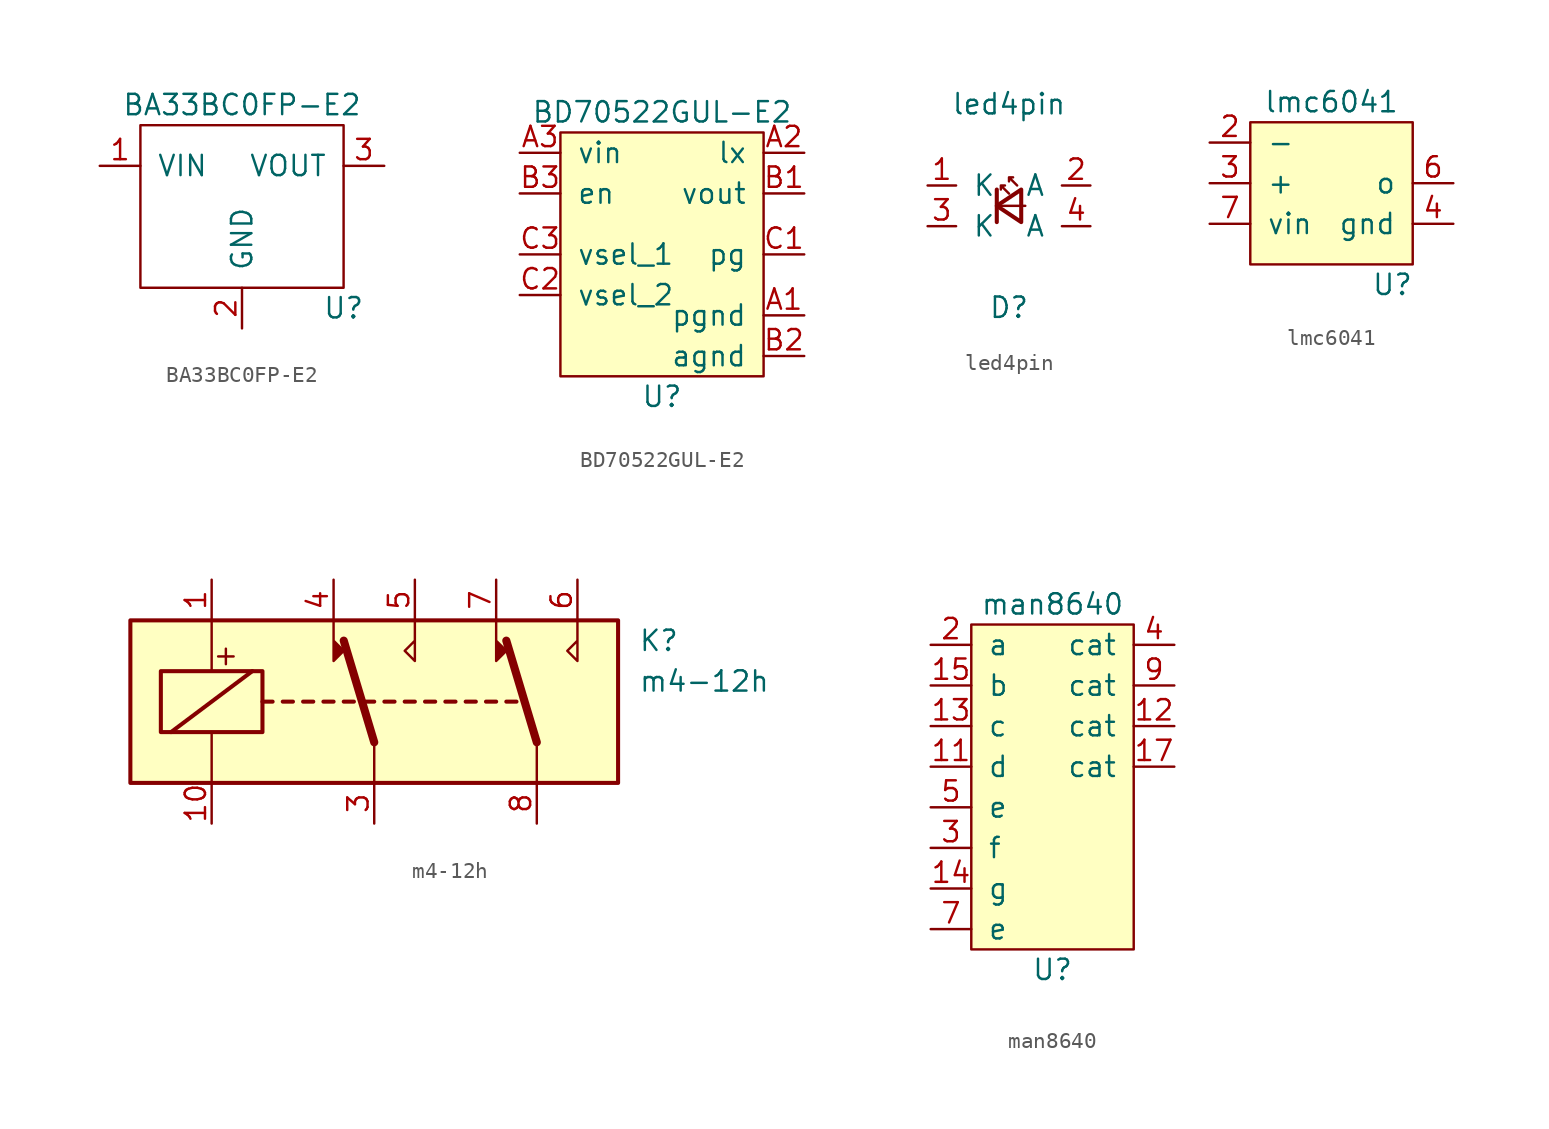
<source format=kicad_sym>
(kicad_symbol_lib
  (version 20211014)
  (generator kicad_symbol_editor)
  (symbol "BA33BC0FP-E2"
    (pin_names
      (offset 1.016))
    (property "Reference" "U"
      (at 6.35 -6.35 0)
      (effects (font (size 1.27 1.27))))
    (property "Value" "BA33BC0FP-E2"
      (at 0 6.35 0)
      (effects (font (size 1.27 1.27))))
    (symbol "BA33BC0FP-E2_0_1"
      (rectangle (start -6.35 5.08) (end 6.35 -5.08) (stroke (width 0) (type default) (color 0 0 0 0)) (fill (type none))))
    (symbol "BA33BC0FP-E2_1_1"
      (pin input line (at -8.89 2.54 0) (length 2.54) (name "VIN" (effects (font (size 1.27 1.27)))) (number "1" (effects (font (size 1.27 1.27)))))
      (pin input line (at 0 -7.62 90) (length 2.54) (name "GND" (effects (font (size 1.27 1.27)))) (number "2" (effects (font (size 1.27 1.27)))))
      (pin input line (at 8.89 2.54 180) (length 2.54) (name "VOUT" (effects (font (size 1.27 1.27)))) (number "3" (effects (font (size 1.27 1.27)))))))
  (symbol "BD70522GUL-E2"
    (pin_names
      (offset 1.016))
    (property "Reference" "U"
      (at 0 -8.89 0)
      (effects (font (size 1.27 1.27))))
    (property "Value" "BD70522GUL-E2"
      (at 0 8.89 0)
      (effects (font (size 1.27 1.27))))
    (symbol "BD70522GUL-E2_0_1"
      (rectangle (start -6.35 7.62) (end 6.35 -7.62) (stroke (width 0) (type default) (color 0 0 0 0)) (fill (type background))))
    (symbol "BD70522GUL-E2_1_1"
      (pin power_in line (at 8.89 -3.81 180) (length 2.54) (name "pgnd" (effects (font (size 1.27 1.27)))) (number "A1" (effects (font (size 1.27 1.27)))))
      (pin output line (at 8.89 6.35 180) (length 2.54) (name "lx" (effects (font (size 1.27 1.27)))) (number "A2" (effects (font (size 1.27 1.27)))))
      (pin power_in line (at -8.89 6.35 0) (length 2.54) (name "vin" (effects (font (size 1.27 1.27)))) (number "A3" (effects (font (size 1.27 1.27)))))
      (pin power_out line (at 8.89 3.81 180) (length 2.54) (name "vout" (effects (font (size 1.27 1.27)))) (number "B1" (effects (font (size 1.27 1.27)))))
      (pin power_in line (at 8.89 -6.35 180) (length 2.54) (name "agnd" (effects (font (size 1.27 1.27)))) (number "B2" (effects (font (size 1.27 1.27)))))
      (pin input line (at -8.89 3.81 0) (length 2.54) (name "en" (effects (font (size 1.27 1.27)))) (number "B3" (effects (font (size 1.27 1.27)))))
      (pin open_collector line (at 8.89 0 180) (length 2.54) (name "pg" (effects (font (size 1.27 1.27)))) (number "C1" (effects (font (size 1.27 1.27)))))
      (pin input line (at -8.89 -2.54 0) (length 2.54) (name "vsel_2" (effects (font (size 1.27 1.27)))) (number "C2" (effects (font (size 1.27 1.27)))))
      (pin input line (at -8.89 0 0) (length 2.54) (name "vsel_1" (effects (font (size 1.27 1.27)))) (number "C3" (effects (font (size 1.27 1.27)))))))
  (symbol "led4pin"
    (pin_names
      (offset 1.016))
    (property "Reference" "D"
      (at 0 -6.35 0)
      (effects (font (size 1.27 1.27))))
    (property "Value" "led4pin"
      (at 0 6.35 0)
      (effects (font (size 1.27 1.27))))
    (symbol "led4pin_1_1"
      (polyline (pts (xy -0.762 -1.016) (xy -0.762 1.016)) (stroke (width 0.254) (type default) (color 0 0 0 0)) (fill (type none)))
      (polyline (pts (xy 1.016 0) (xy -0.762 0)) (stroke (width 0) (type default) (color 0 0 0 0)) (fill (type none)))
      (polyline (pts (xy 0.762 -1.016) (xy -0.762 0) (xy 0.762 1.016) (xy 0.762 -1.016)) (stroke (width 0.254) (type default) (color 0 0 0 0)) (fill (type none)))
      (polyline (pts (xy 0 0.762) (xy -0.508 1.27) (xy -0.254 1.27) (xy -0.508 1.27) (xy -0.508 1.016)) (stroke (width 0) (type default) (color 0 0 0 0)) (fill (type none)))
      (polyline (pts (xy 0.508 1.27) (xy 0 1.778) (xy 0.254 1.778) (xy 0 1.778) (xy 0 1.524)) (stroke (width 0) (type default) (color 0 0 0 0)) (fill (type none)))
      (pin passive line (at -5.08 1.27 0) (length 1.778) (name "K" (effects (font (size 1.27 1.27)))) (number "1" (effects (font (size 1.27 1.27)))))
      (pin passive line (at 5.08 1.27 180) (length 1.778) (name "A" (effects (font (size 1.27 1.27)))) (number "2" (effects (font (size 1.27 1.27)))))
      (pin passive line (at -5.08 -1.27 0) (length 1.778) (name "K" (effects (font (size 1.27 1.27)))) (number "3" (effects (font (size 1.27 1.27)))))
      (pin passive line (at 5.08 -1.27 180) (length 1.778) (name "A" (effects (font (size 1.27 1.27)))) (number "4" (effects (font (size 1.27 1.27)))))))
  (symbol "lmc6041"
    (pin_names
      (offset 1.016))
    (property "Reference" "U"
      (at 3.81 -6.35 0)
      (effects (font (size 1.27 1.27))))
    (property "Value" "lmc6041"
      (at 0 5.08 0)
      (effects (font (size 1.27 1.27))))
    (symbol "lmc6041_0_1"
      (rectangle (start -5.08 3.81) (end 5.08 -5.08) (stroke (width 0) (type default) (color 0 0 0 0)) (fill (type background))))
    (symbol "lmc6041_1_1"
      (pin input line (at -7.62 2.54 0) (length 2.54) (name "-" (effects (font (size 1.27 1.27)))) (number "2" (effects (font (size 1.27 1.27)))))
      (pin input line (at -7.62 0 0) (length 2.54) (name "+" (effects (font (size 1.27 1.27)))) (number "3" (effects (font (size 1.27 1.27)))))
      (pin input line (at 7.62 -2.54 180) (length 2.54) (name "gnd" (effects (font (size 1.27 1.27)))) (number "4" (effects (font (size 1.27 1.27)))))
      (pin input line (at 7.62 0 180) (length 2.54) (name "o" (effects (font (size 1.27 1.27)))) (number "6" (effects (font (size 1.27 1.27)))))
      (pin input line (at -7.62 -2.54 0) (length 2.54) (name "vin" (effects (font (size 1.27 1.27)))) (number "7" (effects (font (size 1.27 1.27)))))))
  (symbol "m4-12h"
    (property "Reference" "K"
      (at 16.51 3.81 0)
      (effects (font (size 1.27 1.27)) (justify left)))
    (property "Value" "m4-12h"
      (at 16.51 1.27 0)
      (effects (font (size 1.27 1.27)) (justify left)))
    (symbol "m4-12h_0_0"
      (text "+" (at -9.271 2.921 0) (effects (font (size 1.27 1.27)))))
    (symbol "m4-12h_0_1"
      (rectangle (start -15.24 5.08) (end 15.24 -5.08) (stroke (width 0.254) (type default) (color 0 0 0 0)) (fill (type background)))
      (rectangle (start -13.335 1.905) (end -6.985 -1.905) (stroke (width 0.254) (type default) (color 0 0 0 0)) (fill (type none)))
      (polyline (pts (xy -12.7 -1.905) (xy -7.62 1.905)) (stroke (width 0.254) (type default) (color 0 0 0 0)) (fill (type none)))
      (polyline (pts (xy -10.16 -5.08) (xy -10.16 -1.905)) (stroke (width 0) (type default) (color 0 0 0 0)) (fill (type none)))
      (polyline (pts (xy -10.16 5.08) (xy -10.16 1.905)) (stroke (width 0) (type default) (color 0 0 0 0)) (fill (type none)))
      (polyline (pts (xy -6.985 0) (xy -6.35 0)) (stroke (width 0.254) (type default) (color 0 0 0 0)) (fill (type none)))
      (polyline (pts (xy -5.715 0) (xy -5.08 0)) (stroke (width 0.254) (type default) (color 0 0 0 0)) (fill (type none)))
      (polyline (pts (xy -4.445 0) (xy -3.81 0)) (stroke (width 0.254) (type default) (color 0 0 0 0)) (fill (type none)))
      (polyline (pts (xy -3.175 0) (xy -2.54 0)) (stroke (width 0.254) (type default) (color 0 0 0 0)) (fill (type none)))
      (polyline (pts (xy -1.905 0) (xy -1.27 0)) (stroke (width 0.254) (type default) (color 0 0 0 0)) (fill (type none)))
      (polyline (pts (xy -0.635 0) (xy 0 0)) (stroke (width 0.254) (type default) (color 0 0 0 0)) (fill (type none)))
      (polyline (pts (xy 0 -2.54) (xy -1.905 3.81)) (stroke (width 0.508) (type default) (color 0 0 0 0)) (fill (type none)))
      (polyline (pts (xy 0 -2.54) (xy 0 -5.08)) (stroke (width 0) (type default) (color 0 0 0 0)) (fill (type none)))
      (polyline (pts (xy 0.635 0) (xy 1.27 0)) (stroke (width 0.254) (type default) (color 0 0 0 0)) (fill (type none)))
      (polyline (pts (xy 1.905 0) (xy 2.54 0)) (stroke (width 0.254) (type default) (color 0 0 0 0)) (fill (type none)))
      (polyline (pts (xy 3.175 0) (xy 3.81 0)) (stroke (width 0.254) (type default) (color 0 0 0 0)) (fill (type none)))
      (polyline (pts (xy 4.445 0) (xy 5.08 0)) (stroke (width 0.254) (type default) (color 0 0 0 0)) (fill (type none)))
      (polyline (pts (xy 5.715 0) (xy 6.35 0)) (stroke (width 0.254) (type default) (color 0 0 0 0)) (fill (type none)))
      (polyline (pts (xy 6.985 0) (xy 7.62 0)) (stroke (width 0.254) (type default) (color 0 0 0 0)) (fill (type none)))
      (polyline (pts (xy 8.255 0) (xy 8.89 0)) (stroke (width 0.254) (type default) (color 0 0 0 0)) (fill (type none)))
      (polyline (pts (xy 10.16 -2.54) (xy 8.255 3.81)) (stroke (width 0.508) (type default) (color 0 0 0 0)) (fill (type none)))
      (polyline (pts (xy 10.16 -2.54) (xy 10.16 -5.08)) (stroke (width 0) (type default) (color 0 0 0 0)) (fill (type none)))
      (polyline (pts (xy -2.54 5.08) (xy -2.54 2.54) (xy -1.905 3.175) (xy -2.54 3.81)) (stroke (width 0) (type default) (color 0 0 0 0)) (fill (type outline)))
      (polyline (pts (xy 2.54 5.08) (xy 2.54 2.54) (xy 1.905 3.175) (xy 2.54 3.81)) (stroke (width 0) (type default) (color 0 0 0 0)) (fill (type none)))
      (polyline (pts (xy 7.62 5.08) (xy 7.62 2.54) (xy 8.255 3.175) (xy 7.62 3.81)) (stroke (width 0) (type default) (color 0 0 0 0)) (fill (type outline)))
      (polyline (pts (xy 12.7 5.08) (xy 12.7 2.54) (xy 12.065 3.175) (xy 12.7 3.81)) (stroke (width 0) (type default) (color 0 0 0 0)) (fill (type none))))
    (symbol "m4-12h_1_1"
      (pin passive line (at -10.16 7.62 270) (length 2.54) (name "~" (effects (font (size 1.27 1.27)))) (number "1" (effects (font (size 1.27 1.27)))))
      (pin passive line (at -10.16 -7.62 90) (length 2.54) (name "~" (effects (font (size 1.27 1.27)))) (number "10" (effects (font (size 1.27 1.27)))))
      (pin passive line (at 0 -7.62 90) (length 2.54) (name "~" (effects (font (size 1.27 1.27)))) (number "3" (effects (font (size 1.27 1.27)))))
      (pin passive line (at -2.54 7.62 270) (length 2.54) (name "~" (effects (font (size 1.27 1.27)))) (number "4" (effects (font (size 1.27 1.27)))))
      (pin passive line (at 2.54 7.62 270) (length 2.54) (name "~" (effects (font (size 1.27 1.27)))) (number "5" (effects (font (size 1.27 1.27)))))
      (pin passive line (at 12.7 7.62 270) (length 2.54) (name "~" (effects (font (size 1.27 1.27)))) (number "6" (effects (font (size 1.27 1.27)))))
      (pin passive line (at 7.62 7.62 270) (length 2.54) (name "~" (effects (font (size 1.27 1.27)))) (number "7" (effects (font (size 1.27 1.27)))))
      (pin passive line (at 10.16 -7.62 90) (length 2.54) (name "~" (effects (font (size 1.27 1.27)))) (number "8" (effects (font (size 1.27 1.27)))))))
  (symbol "man8640"
    (pin_names
      (offset 1.016))
    (property "Reference" "U"
      (at 0 -11.43 0)
      (effects (font (size 1.27 1.27))))
    (property "Value" "man8640"
      (at 0 11.43 0)
      (effects (font (size 1.27 1.27))))
    (symbol "man8640_0_1"
      (rectangle (start -5.08 10.16) (end 5.08 -10.16) (stroke (width 0) (type default) (color 0 0 0 0)) (fill (type background))))
    (symbol "man8640_1_1"
      (pin input line (at -7.62 1.27 0) (length 2.54) (name "d" (effects (font (size 1.27 1.27)))) (number "11" (effects (font (size 1.27 1.27)))))
      (pin input line (at 7.62 3.81 180) (length 2.54) (name "cat" (effects (font (size 1.27 1.27)))) (number "12" (effects (font (size 1.27 1.27)))))
      (pin input line (at -7.62 3.81 0) (length 2.54) (name "c" (effects (font (size 1.27 1.27)))) (number "13" (effects (font (size 1.27 1.27)))))
      (pin input line (at -7.62 -6.35 0) (length 2.54) (name "g" (effects (font (size 1.27 1.27)))) (number "14" (effects (font (size 1.27 1.27)))))
      (pin input line (at -7.62 6.35 0) (length 2.54) (name "b" (effects (font (size 1.27 1.27)))) (number "15" (effects (font (size 1.27 1.27)))))
      (pin input line (at 7.62 1.27 180) (length 2.54) (name "cat" (effects (font (size 1.27 1.27)))) (number "17" (effects (font (size 1.27 1.27)))))
      (pin input line (at -7.62 8.89 0) (length 2.54) (name "a" (effects (font (size 1.27 1.27)))) (number "2" (effects (font (size 1.27 1.27)))))
      (pin input line (at -7.62 -3.81 0) (length 2.54) (name "f" (effects (font (size 1.27 1.27)))) (number "3" (effects (font (size 1.27 1.27)))))
      (pin input line (at 7.62 8.89 180) (length 2.54) (name "cat" (effects (font (size 1.27 1.27)))) (number "4" (effects (font (size 1.27 1.27)))))
      (pin input line (at -7.62 -1.27 0) (length 2.54) (name "e" (effects (font (size 1.27 1.27)))) (number "5" (effects (font (size 1.27 1.27)))))
      (pin input line (at -7.62 -8.89 0) (length 2.54) (name "e" (effects (font (size 1.27 1.27)))) (number "7" (effects (font (size 1.27 1.27)))))
      (pin input line (at 7.62 6.35 180) (length 2.54) (name "cat" (effects (font (size 1.27 1.27)))) (number "9" (effects (font (size 1.27 1.27))))))))
</source>
